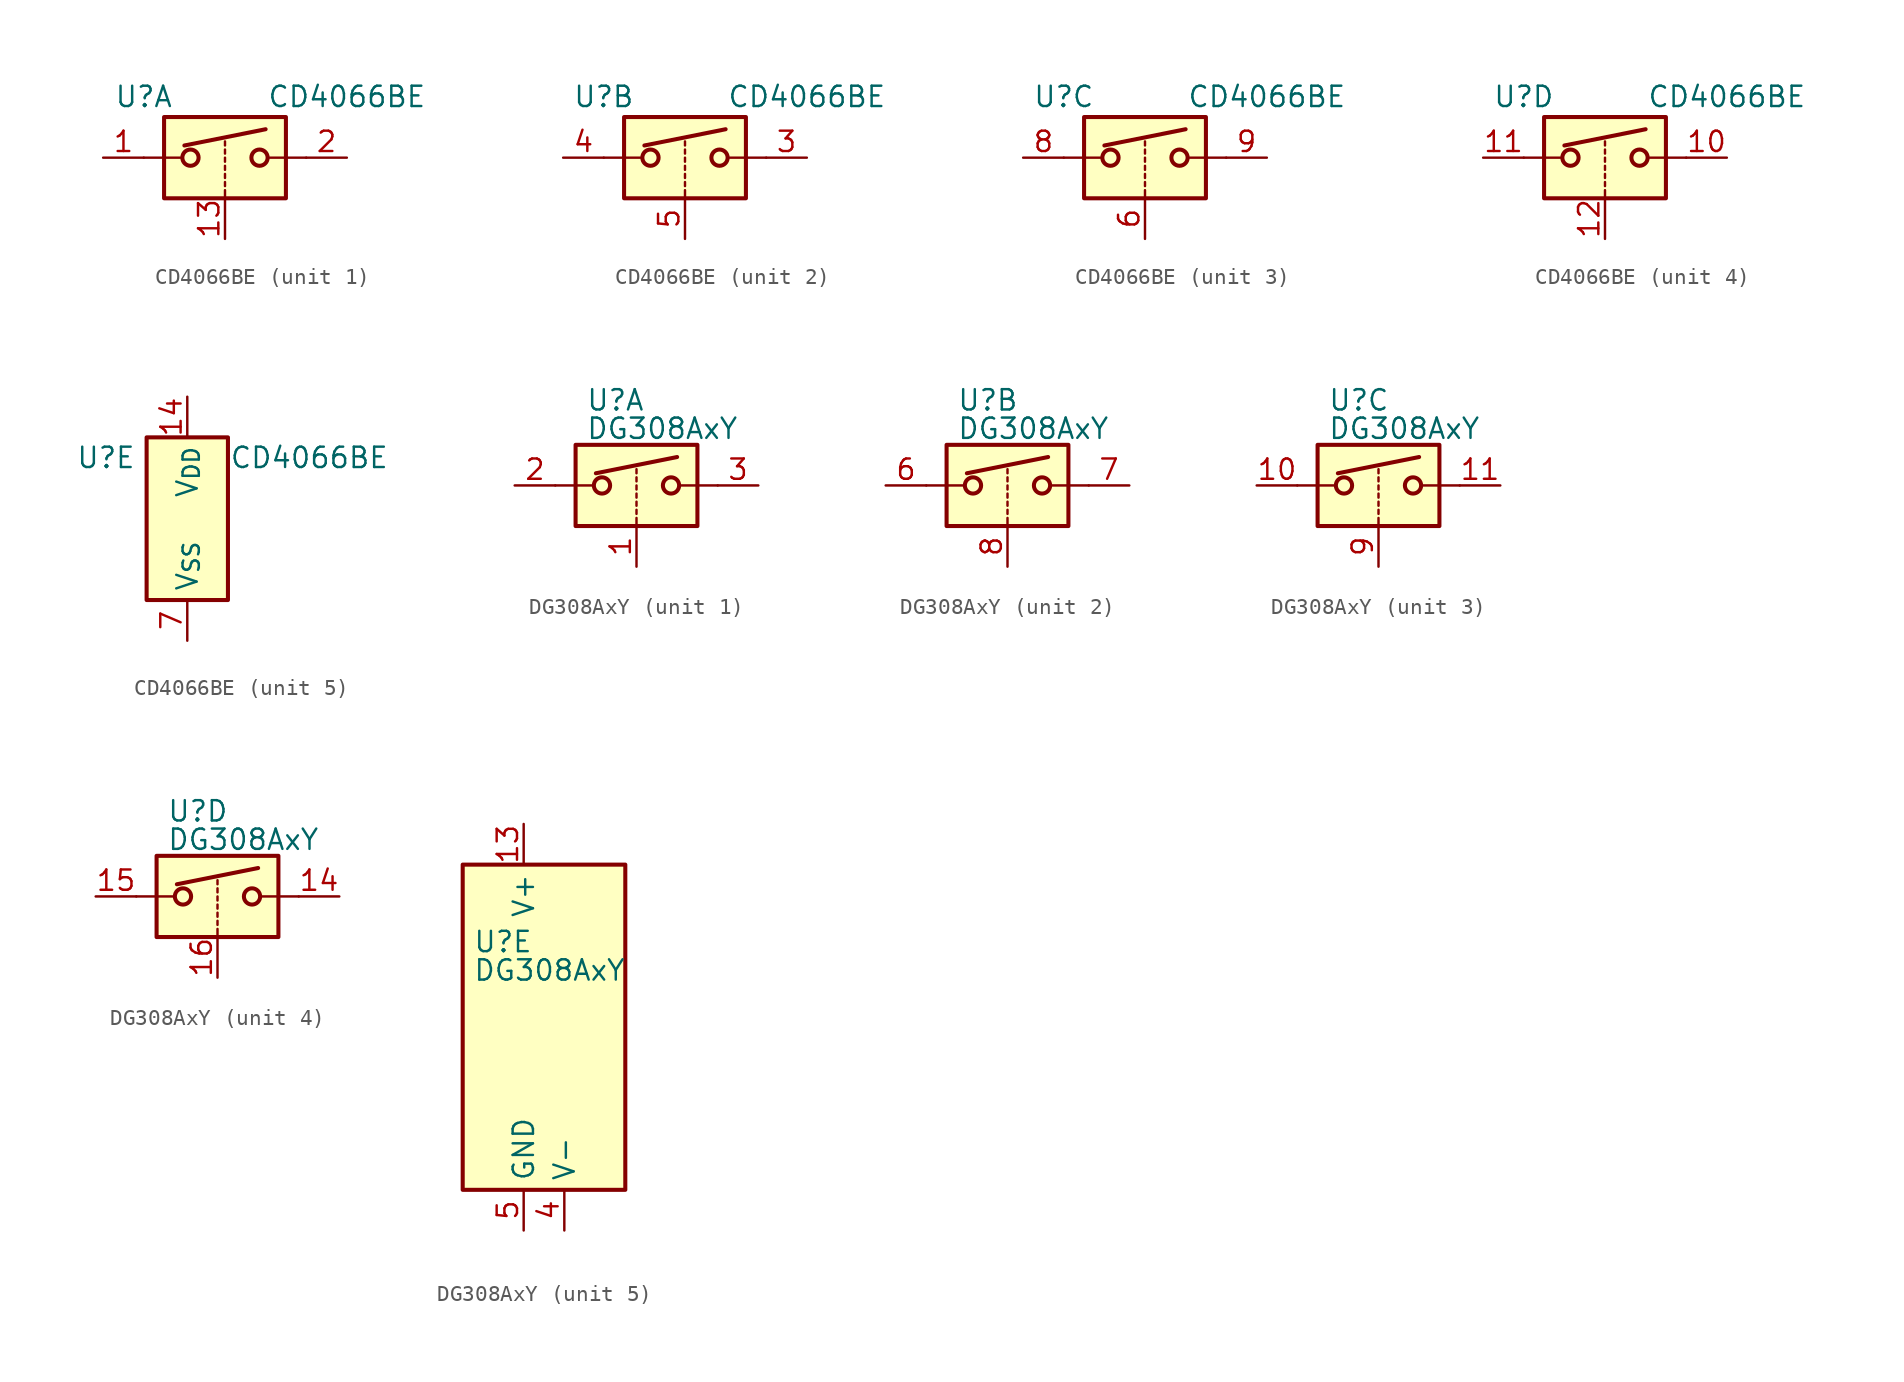
<source format=kicad_sym>
(kicad_symbol_lib
  (version 20241209)
  (generator "kicad_symbol_editor")
  (generator_version "9.0")
  (symbol "CD4066BE"
    (property "Reference" "U"
      (at -5.08 3.81 0)
      (effects (font (size 1.27 1.27))))
    (property "Value" "CD4066BE"
      (at 7.62 3.81 0)
      (effects (font (size 1.27 1.27))))
    (property "ki_locked" ""
      (at 0 0 0)
      (effects (font (size 1.27 1.27))))
    (symbol "CD4066BE_1_1"
      (polyline (pts (xy -5.08 0) (xy -2.794 0)) (stroke (width 0) (type default)) (fill (type none)))
      (rectangle (start -3.81 2.54) (end 3.81 -2.54) (stroke (width 0.254) (type default)) (fill (type background)))
      (polyline (pts (xy -2.54 0.762) (xy 2.54 1.778)) (stroke (width 0.254) (type default)) (fill (type none)))
      (circle (center -2.159 0) (radius 0.508) (stroke (width 0.254) (type default)) (fill (type none)))
      (polyline (pts (xy 0 0.762) (xy 0 1.016)) (stroke (width 0) (type default)) (fill (type none)))
      (polyline (pts (xy 0 0.254) (xy 0 0.508)) (stroke (width 0) (type default)) (fill (type none)))
      (polyline (pts (xy 0 -0.254) (xy 0 0)) (stroke (width 0) (type default)) (fill (type none)))
      (polyline (pts (xy 0 -0.762) (xy 0 -0.508)) (stroke (width 0) (type default)) (fill (type none)))
      (polyline (pts (xy 0 -1.27) (xy 0 -1.016)) (stroke (width 0) (type default)) (fill (type none)))
      (polyline (pts (xy 0 -1.778) (xy 0 -1.524)) (stroke (width 0) (type default)) (fill (type none)))
      (polyline (pts (xy 0 -2.54) (xy 0 -2.032)) (stroke (width 0) (type default)) (fill (type none)))
      (circle (center 2.159 0) (radius 0.508) (stroke (width 0.254) (type default)) (fill (type none)))
      (polyline (pts (xy 5.08 0) (xy 2.794 0)) (stroke (width 0) (type default)) (fill (type none)))
      (pin bidirectional line (at -7.62 0 0) (length 2.54) (name "~" (effects (font (size 1.27 1.27)))) (number "1" (effects (font (size 1.27 1.27)))))
      (pin input line (at 0 -5.08 90) (length 2.54) (name "~" (effects (font (size 1.27 1.27)))) (number "13" (effects (font (size 1.27 1.27)))))
      (pin bidirectional line (at 7.62 0 180) (length 2.54) (name "~" (effects (font (size 1.27 1.27)))) (number "2" (effects (font (size 1.27 1.27))))))
    (symbol "CD4066BE_2_1"
      (polyline (pts (xy -5.08 0) (xy -2.794 0)) (stroke (width 0) (type default)) (fill (type none)))
      (rectangle (start -3.81 2.54) (end 3.81 -2.54) (stroke (width 0.254) (type default)) (fill (type background)))
      (polyline (pts (xy -2.54 0.762) (xy 2.54 1.778)) (stroke (width 0.254) (type default)) (fill (type none)))
      (circle (center -2.159 0) (radius 0.508) (stroke (width 0.254) (type default)) (fill (type none)))
      (polyline (pts (xy 0 0.762) (xy 0 1.016)) (stroke (width 0) (type default)) (fill (type none)))
      (polyline (pts (xy 0 0.254) (xy 0 0.508)) (stroke (width 0) (type default)) (fill (type none)))
      (polyline (pts (xy 0 -0.254) (xy 0 0)) (stroke (width 0) (type default)) (fill (type none)))
      (polyline (pts (xy 0 -0.762) (xy 0 -0.508)) (stroke (width 0) (type default)) (fill (type none)))
      (polyline (pts (xy 0 -1.27) (xy 0 -1.016)) (stroke (width 0) (type default)) (fill (type none)))
      (polyline (pts (xy 0 -1.778) (xy 0 -1.524)) (stroke (width 0) (type default)) (fill (type none)))
      (polyline (pts (xy 0 -2.54) (xy 0 -2.032)) (stroke (width 0) (type default)) (fill (type none)))
      (circle (center 2.159 0) (radius 0.508) (stroke (width 0.254) (type default)) (fill (type none)))
      (polyline (pts (xy 5.08 0) (xy 2.794 0)) (stroke (width 0) (type default)) (fill (type none)))
      (pin bidirectional line (at -7.62 0 0) (length 2.54) (name "~" (effects (font (size 1.27 1.27)))) (number "4" (effects (font (size 1.27 1.27)))))
      (pin input line (at 0 -5.08 90) (length 2.54) (name "~" (effects (font (size 1.27 1.27)))) (number "5" (effects (font (size 1.27 1.27)))))
      (pin bidirectional line (at 7.62 0 180) (length 2.54) (name "~" (effects (font (size 1.27 1.27)))) (number "3" (effects (font (size 1.27 1.27))))))
    (symbol "CD4066BE_3_1"
      (polyline (pts (xy -5.08 0) (xy -2.794 0)) (stroke (width 0) (type default)) (fill (type none)))
      (rectangle (start -3.81 2.54) (end 3.81 -2.54) (stroke (width 0.254) (type default)) (fill (type background)))
      (polyline (pts (xy -2.54 0.762) (xy 2.54 1.778)) (stroke (width 0.254) (type default)) (fill (type none)))
      (circle (center -2.159 0) (radius 0.508) (stroke (width 0.254) (type default)) (fill (type none)))
      (polyline (pts (xy 0 0.762) (xy 0 1.016)) (stroke (width 0) (type default)) (fill (type none)))
      (polyline (pts (xy 0 0.254) (xy 0 0.508)) (stroke (width 0) (type default)) (fill (type none)))
      (polyline (pts (xy 0 -0.254) (xy 0 0)) (stroke (width 0) (type default)) (fill (type none)))
      (polyline (pts (xy 0 -0.762) (xy 0 -0.508)) (stroke (width 0) (type default)) (fill (type none)))
      (polyline (pts (xy 0 -1.27) (xy 0 -1.016)) (stroke (width 0) (type default)) (fill (type none)))
      (polyline (pts (xy 0 -1.778) (xy 0 -1.524)) (stroke (width 0) (type default)) (fill (type none)))
      (polyline (pts (xy 0 -2.54) (xy 0 -2.032)) (stroke (width 0) (type default)) (fill (type none)))
      (circle (center 2.159 0) (radius 0.508) (stroke (width 0.254) (type default)) (fill (type none)))
      (polyline (pts (xy 5.08 0) (xy 2.794 0)) (stroke (width 0) (type default)) (fill (type none)))
      (pin bidirectional line (at -7.62 0 0) (length 2.54) (name "~" (effects (font (size 1.27 1.27)))) (number "8" (effects (font (size 1.27 1.27)))))
      (pin input line (at 0 -5.08 90) (length 2.54) (name "~" (effects (font (size 1.27 1.27)))) (number "6" (effects (font (size 1.27 1.27)))))
      (pin bidirectional line (at 7.62 0 180) (length 2.54) (name "~" (effects (font (size 1.27 1.27)))) (number "9" (effects (font (size 1.27 1.27))))))
    (symbol "CD4066BE_4_1"
      (polyline (pts (xy -5.08 0) (xy -2.794 0)) (stroke (width 0) (type default)) (fill (type none)))
      (rectangle (start -3.81 2.54) (end 3.81 -2.54) (stroke (width 0.254) (type default)) (fill (type background)))
      (polyline (pts (xy -2.54 0.762) (xy 2.54 1.778)) (stroke (width 0.254) (type default)) (fill (type none)))
      (circle (center -2.159 0) (radius 0.508) (stroke (width 0.254) (type default)) (fill (type none)))
      (polyline (pts (xy 0 0.762) (xy 0 1.016)) (stroke (width 0) (type default)) (fill (type none)))
      (polyline (pts (xy 0 0.254) (xy 0 0.508)) (stroke (width 0) (type default)) (fill (type none)))
      (polyline (pts (xy 0 -0.254) (xy 0 0)) (stroke (width 0) (type default)) (fill (type none)))
      (polyline (pts (xy 0 -0.762) (xy 0 -0.508)) (stroke (width 0) (type default)) (fill (type none)))
      (polyline (pts (xy 0 -1.27) (xy 0 -1.016)) (stroke (width 0) (type default)) (fill (type none)))
      (polyline (pts (xy 0 -1.778) (xy 0 -1.524)) (stroke (width 0) (type default)) (fill (type none)))
      (polyline (pts (xy 0 -2.54) (xy 0 -2.032)) (stroke (width 0) (type default)) (fill (type none)))
      (circle (center 2.159 0) (radius 0.508) (stroke (width 0.254) (type default)) (fill (type none)))
      (polyline (pts (xy 5.08 0) (xy 2.794 0)) (stroke (width 0) (type default)) (fill (type none)))
      (pin bidirectional line (at -7.62 0 0) (length 2.54) (name "~" (effects (font (size 1.27 1.27)))) (number "11" (effects (font (size 1.27 1.27)))))
      (pin input line (at 0 -5.08 90) (length 2.54) (name "~" (effects (font (size 1.27 1.27)))) (number "12" (effects (font (size 1.27 1.27)))))
      (pin bidirectional line (at 7.62 0 180) (length 2.54) (name "~" (effects (font (size 1.27 1.27)))) (number "10" (effects (font (size 1.27 1.27))))))
    (symbol "CD4066BE_5_1"
      (rectangle (start -2.54 5.08) (end 2.54 -5.08) (stroke (width 0.254) (type default)) (fill (type background)))
      (pin power_in line (at 0 7.62 270) (length 2.54) (name "V_{DD}" (effects (font (size 1.27 1.27)))) (number "14" (effects (font (size 1.27 1.27)))))
      (pin power_in line (at 0 -7.62 90) (length 2.54) (name "V_{SS}" (effects (font (size 1.27 1.27)))) (number "7" (effects (font (size 1.27 1.27)))))))
  (symbol "DG308AxY"
    (property "Reference" "U"
      (at -3.175 5.334 0)
      (effects (font (size 1.27 1.27)) (justify left)))
    (property "Value" "DG308AxY"
      (at -3.175 3.556 0)
      (effects (font (size 1.27 1.27)) (justify left)))
    (symbol "DG308AxY_1_1"
      (polyline (pts (xy -5.08 0) (xy -2.794 0)) (stroke (width 0) (type default)) (fill (type none)))
      (rectangle (start -3.81 2.54) (end 3.81 -2.54) (stroke (width 0.254) (type default)) (fill (type background)))
      (polyline (pts (xy -2.54 0.762) (xy 2.54 1.778)) (stroke (width 0.254) (type default)) (fill (type none)))
      (circle (center -2.159 0) (radius 0.508) (stroke (width 0.254) (type default)) (fill (type none)))
      (polyline (pts (xy 0 0.762) (xy 0 1.016)) (stroke (width 0) (type default)) (fill (type none)))
      (polyline (pts (xy 0 0.254) (xy 0 0.508)) (stroke (width 0) (type default)) (fill (type none)))
      (polyline (pts (xy 0 -0.254) (xy 0 0)) (stroke (width 0) (type default)) (fill (type none)))
      (polyline (pts (xy 0 -0.762) (xy 0 -0.508)) (stroke (width 0) (type default)) (fill (type none)))
      (polyline (pts (xy 0 -1.27) (xy 0 -1.016)) (stroke (width 0) (type default)) (fill (type none)))
      (polyline (pts (xy 0 -1.778) (xy 0 -1.524)) (stroke (width 0) (type default)) (fill (type none)))
      (polyline (pts (xy 0 -2.54) (xy 0 -2.032)) (stroke (width 0) (type default)) (fill (type none)))
      (circle (center 2.159 0) (radius 0.508) (stroke (width 0.254) (type default)) (fill (type none)))
      (polyline (pts (xy 5.08 0) (xy 2.794 0)) (stroke (width 0) (type default)) (fill (type none)))
      (pin passive line (at -7.62 0 0) (length 2.54) (name "~" (effects (font (size 1.27 1.27)))) (number "2" (effects (font (size 1.27 1.27)))))
      (pin input line (at 0 -5.08 90) (length 2.54) (name "~" (effects (font (size 1.27 1.27)))) (number "1" (effects (font (size 1.27 1.27)))))
      (pin passive line (at 7.62 0 180) (length 2.54) (name "~" (effects (font (size 1.27 1.27)))) (number "3" (effects (font (size 1.27 1.27))))))
    (symbol "DG308AxY_2_1"
      (polyline (pts (xy -5.08 0) (xy -2.794 0)) (stroke (width 0) (type default)) (fill (type none)))
      (rectangle (start -3.81 2.54) (end 3.81 -2.54) (stroke (width 0.254) (type default)) (fill (type background)))
      (polyline (pts (xy -2.54 0.762) (xy 2.54 1.778)) (stroke (width 0.254) (type default)) (fill (type none)))
      (circle (center -2.159 0) (radius 0.508) (stroke (width 0.254) (type default)) (fill (type none)))
      (polyline (pts (xy 0 0.762) (xy 0 1.016)) (stroke (width 0) (type default)) (fill (type none)))
      (polyline (pts (xy 0 0.254) (xy 0 0.508)) (stroke (width 0) (type default)) (fill (type none)))
      (polyline (pts (xy 0 -0.254) (xy 0 0)) (stroke (width 0) (type default)) (fill (type none)))
      (polyline (pts (xy 0 -0.762) (xy 0 -0.508)) (stroke (width 0) (type default)) (fill (type none)))
      (polyline (pts (xy 0 -1.27) (xy 0 -1.016)) (stroke (width 0) (type default)) (fill (type none)))
      (polyline (pts (xy 0 -1.778) (xy 0 -1.524)) (stroke (width 0) (type default)) (fill (type none)))
      (polyline (pts (xy 0 -2.54) (xy 0 -2.032)) (stroke (width 0) (type default)) (fill (type none)))
      (circle (center 2.159 0) (radius 0.508) (stroke (width 0.254) (type default)) (fill (type none)))
      (polyline (pts (xy 5.08 0) (xy 2.794 0)) (stroke (width 0) (type default)) (fill (type none)))
      (pin passive line (at -7.62 0 0) (length 2.54) (name "~" (effects (font (size 1.27 1.27)))) (number "6" (effects (font (size 1.27 1.27)))))
      (pin input line (at 0 -5.08 90) (length 2.54) (name "~" (effects (font (size 1.27 1.27)))) (number "8" (effects (font (size 1.27 1.27)))))
      (pin passive line (at 7.62 0 180) (length 2.54) (name "~" (effects (font (size 1.27 1.27)))) (number "7" (effects (font (size 1.27 1.27))))))
    (symbol "DG308AxY_3_1"
      (polyline (pts (xy -5.08 0) (xy -2.794 0)) (stroke (width 0) (type default)) (fill (type none)))
      (rectangle (start -3.81 2.54) (end 3.81 -2.54) (stroke (width 0.254) (type default)) (fill (type background)))
      (polyline (pts (xy -2.54 0.762) (xy 2.54 1.778)) (stroke (width 0.254) (type default)) (fill (type none)))
      (circle (center -2.159 0) (radius 0.508) (stroke (width 0.254) (type default)) (fill (type none)))
      (polyline (pts (xy 0 0.762) (xy 0 1.016)) (stroke (width 0) (type default)) (fill (type none)))
      (polyline (pts (xy 0 0.254) (xy 0 0.508)) (stroke (width 0) (type default)) (fill (type none)))
      (polyline (pts (xy 0 -0.254) (xy 0 0)) (stroke (width 0) (type default)) (fill (type none)))
      (polyline (pts (xy 0 -0.762) (xy 0 -0.508)) (stroke (width 0) (type default)) (fill (type none)))
      (polyline (pts (xy 0 -1.27) (xy 0 -1.016)) (stroke (width 0) (type default)) (fill (type none)))
      (polyline (pts (xy 0 -1.778) (xy 0 -1.524)) (stroke (width 0) (type default)) (fill (type none)))
      (polyline (pts (xy 0 -2.54) (xy 0 -2.032)) (stroke (width 0) (type default)) (fill (type none)))
      (circle (center 2.159 0) (radius 0.508) (stroke (width 0.254) (type default)) (fill (type none)))
      (polyline (pts (xy 5.08 0) (xy 2.794 0)) (stroke (width 0) (type default)) (fill (type none)))
      (pin passive line (at -7.62 0 0) (length 2.54) (name "~" (effects (font (size 1.27 1.27)))) (number "10" (effects (font (size 1.27 1.27)))))
      (pin input line (at 0 -5.08 90) (length 2.54) (name "~" (effects (font (size 1.27 1.27)))) (number "9" (effects (font (size 1.27 1.27)))))
      (pin passive line (at 7.62 0 180) (length 2.54) (name "~" (effects (font (size 1.27 1.27)))) (number "11" (effects (font (size 1.27 1.27))))))
    (symbol "DG308AxY_4_1"
      (polyline (pts (xy -5.08 0) (xy -2.794 0)) (stroke (width 0) (type default)) (fill (type none)))
      (rectangle (start -3.81 2.54) (end 3.81 -2.54) (stroke (width 0.254) (type default)) (fill (type background)))
      (polyline (pts (xy -2.54 0.762) (xy 2.54 1.778)) (stroke (width 0.254) (type default)) (fill (type none)))
      (circle (center -2.159 0) (radius 0.508) (stroke (width 0.254) (type default)) (fill (type none)))
      (polyline (pts (xy 0 0.762) (xy 0 1.016)) (stroke (width 0) (type default)) (fill (type none)))
      (polyline (pts (xy 0 0.254) (xy 0 0.508)) (stroke (width 0) (type default)) (fill (type none)))
      (polyline (pts (xy 0 -0.254) (xy 0 0)) (stroke (width 0) (type default)) (fill (type none)))
      (polyline (pts (xy 0 -0.762) (xy 0 -0.508)) (stroke (width 0) (type default)) (fill (type none)))
      (polyline (pts (xy 0 -1.27) (xy 0 -1.016)) (stroke (width 0) (type default)) (fill (type none)))
      (polyline (pts (xy 0 -1.778) (xy 0 -1.524)) (stroke (width 0) (type default)) (fill (type none)))
      (polyline (pts (xy 0 -2.54) (xy 0 -2.032)) (stroke (width 0) (type default)) (fill (type none)))
      (circle (center 2.159 0) (radius 0.508) (stroke (width 0.254) (type default)) (fill (type none)))
      (polyline (pts (xy 5.08 0) (xy 2.794 0)) (stroke (width 0) (type default)) (fill (type none)))
      (pin passive line (at -7.62 0 0) (length 2.54) (name "~" (effects (font (size 1.27 1.27)))) (number "15" (effects (font (size 1.27 1.27)))))
      (pin input line (at 0 -5.08 90) (length 2.54) (name "~" (effects (font (size 1.27 1.27)))) (number "16" (effects (font (size 1.27 1.27)))))
      (pin passive line (at 7.62 0 180) (length 2.54) (name "~" (effects (font (size 1.27 1.27)))) (number "14" (effects (font (size 1.27 1.27))))))
    (symbol "DG308AxY_5_0"
      (pin power_in line (at 0 12.7 270) (length 2.54) (name "V+" (effects (font (size 1.27 1.27)))) (number "13" (effects (font (size 1.27 1.27)))))
      (pin power_in line (at 0 -12.7 90) (length 2.54) (name "GND" (effects (font (size 1.27 1.27)))) (number "5" (effects (font (size 1.27 1.27)))))
      (pin no_connect line (at 2.54 10.16 270) (length 2.54) (hide yes) (name "NC" (effects (font (size 1.27 1.27)))) (number "12" (effects (font (size 1.27 1.27)))))
      (pin power_in line (at 2.54 -12.7 90) (length 2.54) (name "V-" (effects (font (size 1.27 1.27)))) (number "4" (effects (font (size 1.27 1.27))))))
    (symbol "DG308AxY_5_1"
      (rectangle (start -3.81 10.16) (end 6.35 -10.16) (stroke (width 0.254) (type default)) (fill (type background))))))
</source>
